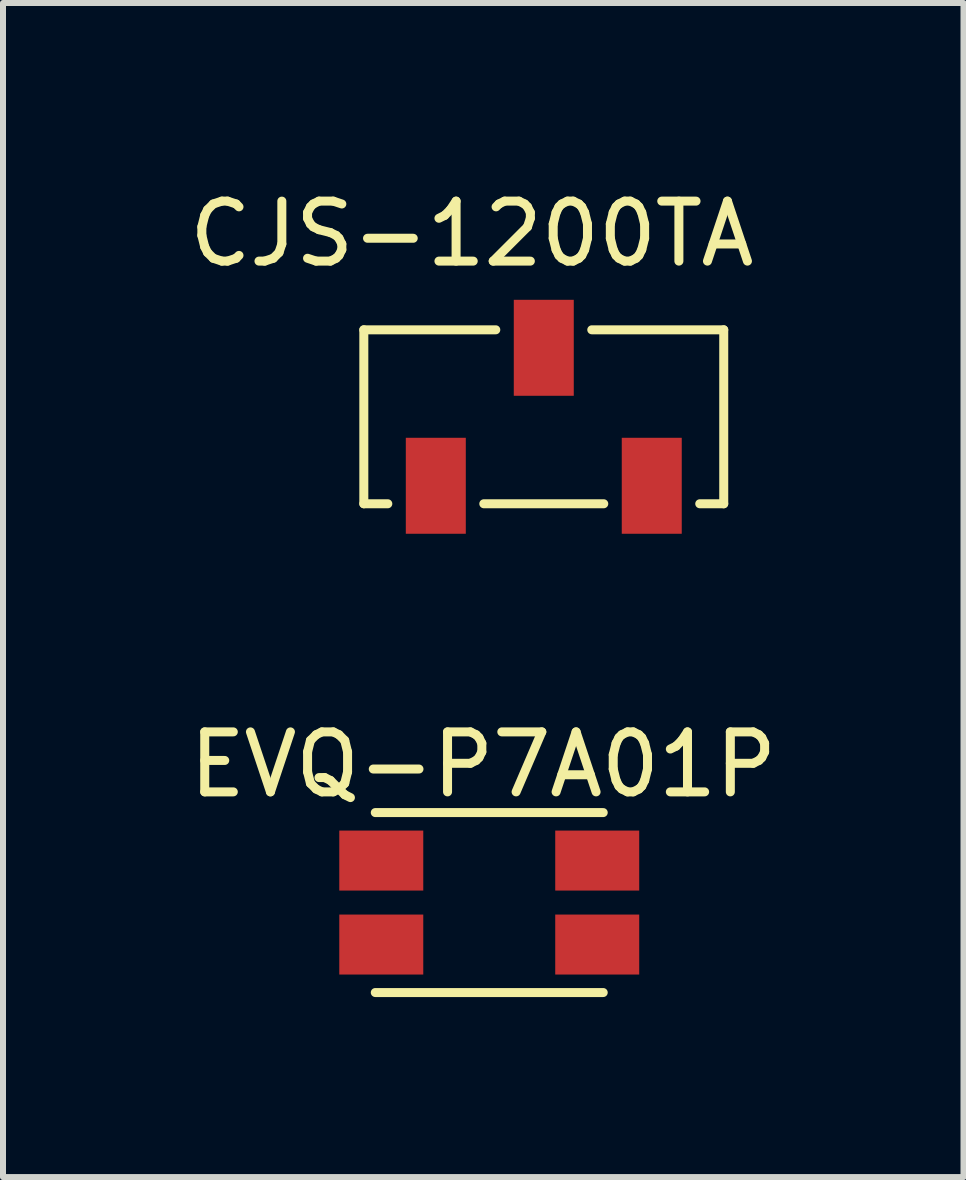
<source format=kicad_pcb>
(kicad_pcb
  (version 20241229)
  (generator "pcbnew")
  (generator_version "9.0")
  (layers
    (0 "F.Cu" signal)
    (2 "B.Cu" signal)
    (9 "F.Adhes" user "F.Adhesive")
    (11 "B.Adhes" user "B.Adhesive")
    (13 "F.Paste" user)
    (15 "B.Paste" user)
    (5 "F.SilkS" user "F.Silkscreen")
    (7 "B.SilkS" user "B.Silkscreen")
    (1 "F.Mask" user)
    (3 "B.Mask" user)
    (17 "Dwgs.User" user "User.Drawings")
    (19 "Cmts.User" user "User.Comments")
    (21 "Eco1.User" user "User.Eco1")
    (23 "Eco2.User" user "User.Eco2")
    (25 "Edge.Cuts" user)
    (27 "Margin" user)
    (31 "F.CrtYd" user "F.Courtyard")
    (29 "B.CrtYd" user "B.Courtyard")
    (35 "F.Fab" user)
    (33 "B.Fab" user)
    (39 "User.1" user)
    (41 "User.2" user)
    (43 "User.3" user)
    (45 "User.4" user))
  (footprint "EVQ-P7A01P"
    (layer "F.Cu")
    (at 5.106 11.996)
    (property "Reference" "EVQ-P7A01P" (at -0.1 -2.3 0) (layer "F.SilkS") (effects (font (size 1 1) (thickness 0.15))))
    (attr through_hole)
    (fp_line (start -1.9 -1.5) (end 1.9 -1.5) (stroke (width 0.15) (type solid)) (layer "F.SilkS"))
    (fp_line (start -1.9 1.5) (end 1.9 1.5) (stroke (width 0.15) (type solid)) (layer "F.SilkS"))
    (pad "1" smd rect (at -1.8 -0.7) (size 1.4 1) (layers "F.Cu" "F.Mask" "F.Paste"))
    (pad "1" smd rect (at 1.8 -0.7) (size 1.4 1) (layers "F.Cu" "F.Mask" "F.Paste"))
    (pad "2" smd rect (at -1.8 0.7) (size 1.4 1) (layers "F.Cu" "F.Mask" "F.Paste"))
    (pad "2" smd rect (at 1.8 0.7) (size 1.4 1) (layers "F.Cu" "F.Mask" "F.Paste")))
  (footprint "CJS-1200TA"
    (layer "F.Cu")
    (at 6.015 3.948)
    (property "Reference" "CJS-1200TA" (at -1.2 -3.1 0) (layer "F.SilkS") (effects (font (size 1 1) (thickness 0.15))))
    (attr through_hole)
    (fp_line (start -3 -1.5) (end -3 1.4) (stroke (width 0.15) (type solid)) (layer "F.SilkS"))
    (fp_line (start -3 -1.5) (end -0.8 -1.5) (stroke (width 0.15) (type solid)) (layer "F.SilkS"))
    (fp_line (start -3 1.4) (end -2.6 1.4) (stroke (width 0.15) (type solid)) (layer "F.SilkS"))
    (fp_line (start -1 1.4) (end 1 1.4) (stroke (width 0.15) (type solid)) (layer "F.SilkS"))
    (fp_line (start 0.8 -1.5) (end 3 -1.5) (stroke (width 0.15) (type solid)) (layer "F.SilkS"))
    (fp_line (start 2.6 1.4) (end 3 1.4) (stroke (width 0.15) (type solid)) (layer "F.SilkS"))
    (fp_line (start 3 -1.5) (end 3 1.4) (stroke (width 0.15) (type solid)) (layer "F.SilkS"))
    (pad "1" smd rect (at 1.8 1.1) (size 1 1.6) (layers "F.Cu" "F.Mask" "F.Paste"))
    (pad "2" smd rect (at 0 -1.2) (size 1 1.6) (layers "F.Cu" "F.Mask" "F.Paste"))
    (pad "3" smd rect (at -1.8 1.1) (size 1 1.6) (layers "F.Cu" "F.Mask" "F.Paste")))
  (gr_rect
    (start -3 -3)
    (end 13.012 16.572)
    (stroke (width 0.1) (type default))
    (fill no)
    (layer "Edge.Cuts")))
</source>
